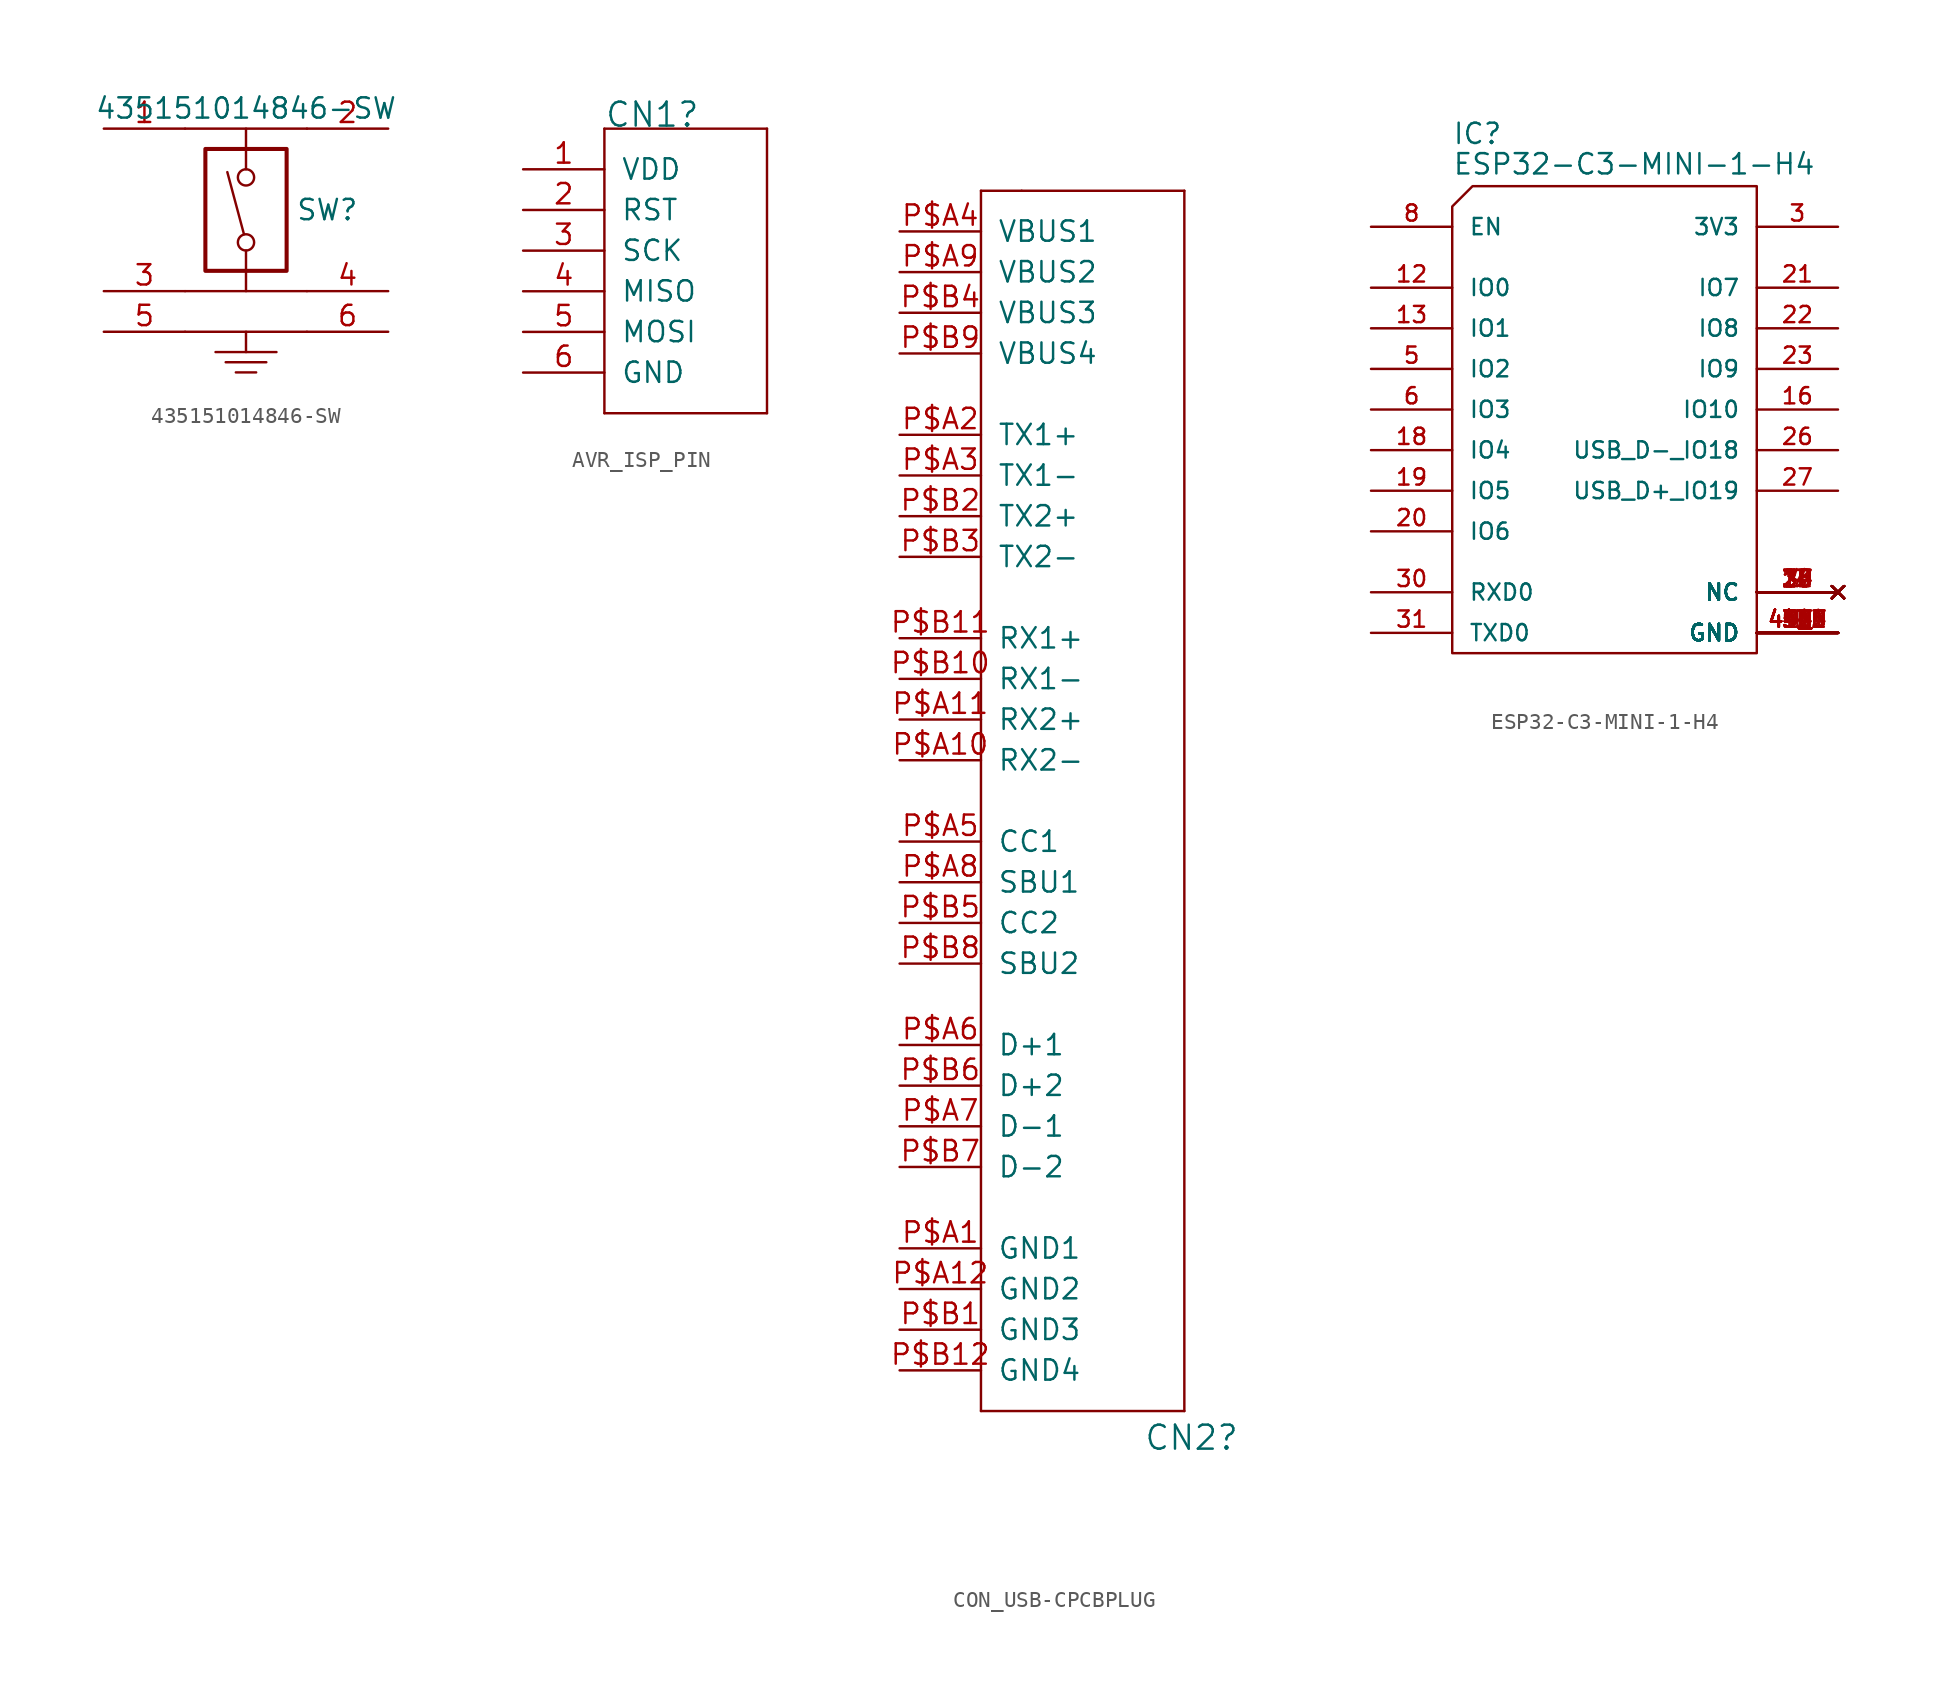
<source format=kicad_sym>
(kicad_symbol_lib
  (version 20211014)
  (generator kicad_symbol_editor)
  (symbol "435151014846-SW"
    (pin_names
      (offset 0) hide)
    (property "Reference" "SW"
      (at 5.08 7.62 0)
      (effects (font (size 1.27 1.27))))
    (property "Value" "435151014846-SW"
      (at 0 13.97 0)
      (effects (font (size 1.27 1.27))))
    (symbol "435151014846-SW_0_0"
      (polyline (pts (xy -0.127 6.096) (xy -1.168 9.982)) (stroke (width 0) (type default) (color 0 0 0 0)) (fill (type none)))
      (circle (center 0 5.588) (radius 0.508) (stroke (width 0) (type default) (color 0 0 0 0)) (fill (type none)))
      (circle (center 0 9.652) (radius 0.508) (stroke (width 0) (type default) (color 0 0 0 0)) (fill (type none))))
    (symbol "435151014846-SW_0_1"
      (rectangle (start -2.54 3.81) (end 2.54 11.43) (stroke (width 0.254) (type default) (color 0 0 0 0)) (fill (type none)))
      (polyline (pts (xy -3.81 0) (xy 3.81 0)) (stroke (width 0) (type default) (color 0 0 0 0)) (fill (type none)))
      (polyline (pts (xy -3.81 2.54) (xy 3.81 2.54)) (stroke (width 0) (type default) (color 0 0 0 0)) (fill (type none)))
      (polyline (pts (xy -3.81 12.7) (xy 3.81 12.7)) (stroke (width 0) (type default) (color 0 0 0 0)) (fill (type none)))
      (polyline (pts (xy -1.905 -1.27) (xy 1.905 -1.27)) (stroke (width 0) (type default) (color 0 0 0 0)) (fill (type none)))
      (polyline (pts (xy -1.27 -1.905) (xy 1.27 -1.905)) (stroke (width 0) (type default) (color 0 0 0 0)) (fill (type none)))
      (polyline (pts (xy -0.635 -2.54) (xy 0.635 -2.54)) (stroke (width 0) (type default) (color 0 0 0 0)) (fill (type none)))
      (polyline (pts (xy 0 0) (xy 0 -1.27)) (stroke (width 0) (type default) (color 0 0 0 0)) (fill (type none)))
      (polyline (pts (xy 0 5.08) (xy 0 2.54)) (stroke (width 0) (type default) (color 0 0 0 0)) (fill (type none)))
      (polyline (pts (xy 0 10.16) (xy 0 12.7)) (stroke (width 0) (type default) (color 0 0 0 0)) (fill (type none))))
    (symbol "435151014846-SW_1_1"
      (pin passive line (at -8.89 12.7 0) (length 5.08) (name "~" (effects (font (size 1.27 1.27)))) (number "1" (effects (font (size 1.27 1.27)))))
      (pin passive line (at 8.89 12.7 180) (length 5.08) (name "~" (effects (font (size 1.27 1.27)))) (number "2" (effects (font (size 1.27 1.27)))))
      (pin passive line (at -8.89 2.54 0) (length 5.08) (name "~" (effects (font (size 1.27 1.27)))) (number "3" (effects (font (size 1.27 1.27)))))
      (pin passive line (at 8.89 2.54 180) (length 5.08) (name "~" (effects (font (size 1.27 1.27)))) (number "4" (effects (font (size 1.27 1.27)))))
      (pin passive line (at -8.89 0 0) (length 5.08) (name "~" (effects (font (size 1.27 1.27)))) (number "5" (effects (font (size 1.27 1.27)))))
      (pin passive line (at 8.89 0 180) (length 5.08) (name "~" (effects (font (size 1.27 1.27)))) (number "6" (effects (font (size 1.27 1.27)))))))
  (symbol "AVR_ISP_PIN"
    (pin_names
      (offset 1.016))
    (property "Reference" "CN1"
      (at -5.08 10.16 0)
      (effects (font (size 1.499 1.499)) (justify left bottom)))
    (property "ki_locked" ""
      (at 0 0 0)
      (effects (font (size 1.27 1.27))))
    (symbol "AVR_ISP_PIN_1_0"
      (polyline (pts (xy -5.08 -7.62) (xy -5.08 10.16)) (stroke (width 0) (type default) (color 0 0 0 0)) (fill (type none)))
      (polyline (pts (xy -5.08 10.16) (xy 5.08 10.16)) (stroke (width 0) (type default) (color 0 0 0 0)) (fill (type none)))
      (polyline (pts (xy 5.08 -7.62) (xy -5.08 -7.62)) (stroke (width 0) (type default) (color 0 0 0 0)) (fill (type none)))
      (polyline (pts (xy 5.08 10.16) (xy 5.08 -7.62)) (stroke (width 0) (type default) (color 0 0 0 0)) (fill (type none)))
      (pin bidirectional line (at -10.16 7.62 0) (length 5.08) (name "VDD" (effects (font (size 1.27 1.27)))) (number "1" (effects (font (size 1.27 1.27)))))
      (pin bidirectional line (at -10.16 5.08 0) (length 5.08) (name "RST" (effects (font (size 1.27 1.27)))) (number "2" (effects (font (size 1.27 1.27)))))
      (pin bidirectional line (at -10.16 2.54 0) (length 5.08) (name "SCK" (effects (font (size 1.27 1.27)))) (number "3" (effects (font (size 1.27 1.27)))))
      (pin bidirectional line (at -10.16 0 0) (length 5.08) (name "MISO" (effects (font (size 1.27 1.27)))) (number "4" (effects (font (size 1.27 1.27)))))
      (pin bidirectional line (at -10.16 -2.54 0) (length 5.08) (name "MOSI" (effects (font (size 1.27 1.27)))) (number "5" (effects (font (size 1.27 1.27)))))
      (pin bidirectional line (at -10.16 -5.08 0) (length 5.08) (name "GND" (effects (font (size 1.27 1.27)))) (number "6" (effects (font (size 1.27 1.27)))))))
  (symbol "CON_USB-CPCBPLUG"
    (pin_names
      (offset 1.016))
    (property "Reference" "CN2"
      (at 5.08 -40.64 0)
      (effects (font (size 1.499 1.499)) (justify left bottom)))
    (property "ki_locked" ""
      (at 0 0 0)
      (effects (font (size 1.27 1.27))))
    (symbol "CON_USB-CPCBPLUG_1_0"
      (polyline (pts (xy -5.08 -38.1) (xy -5.08 38.1)) (stroke (width 0) (type default) (color 0 0 0 0)) (fill (type none)))
      (polyline (pts (xy -5.08 38.1) (xy -2.54 38.1)) (stroke (width 0) (type default) (color 0 0 0 0)) (fill (type none)))
      (polyline (pts (xy -2.54 38.1) (xy 7.62 38.1)) (stroke (width 0) (type default) (color 0 0 0 0)) (fill (type none)))
      (polyline (pts (xy 7.62 -38.1) (xy -5.08 -38.1)) (stroke (width 0) (type default) (color 0 0 0 0)) (fill (type none)))
      (polyline (pts (xy 7.62 38.1) (xy 7.62 -38.1)) (stroke (width 0) (type default) (color 0 0 0 0)) (fill (type none)))
      (pin bidirectional line (at -10.16 -27.94 0) (length 5.08) (name "GND1" (effects (font (size 1.27 1.27)))) (number "P$A1" (effects (font (size 1.27 1.27)))))
      (pin bidirectional line (at -10.16 2.54 0) (length 5.08) (name "RX2-" (effects (font (size 1.27 1.27)))) (number "P$A10" (effects (font (size 1.27 1.27)))))
      (pin bidirectional line (at -10.16 5.08 0) (length 5.08) (name "RX2+" (effects (font (size 1.27 1.27)))) (number "P$A11" (effects (font (size 1.27 1.27)))))
      (pin bidirectional line (at -10.16 -30.48 0) (length 5.08) (name "GND2" (effects (font (size 1.27 1.27)))) (number "P$A12" (effects (font (size 1.27 1.27)))))
      (pin bidirectional line (at -10.16 22.86 0) (length 5.08) (name "TX1+" (effects (font (size 1.27 1.27)))) (number "P$A2" (effects (font (size 1.27 1.27)))))
      (pin bidirectional line (at -10.16 20.32 0) (length 5.08) (name "TX1-" (effects (font (size 1.27 1.27)))) (number "P$A3" (effects (font (size 1.27 1.27)))))
      (pin bidirectional line (at -10.16 35.56 0) (length 5.08) (name "VBUS1" (effects (font (size 1.27 1.27)))) (number "P$A4" (effects (font (size 1.27 1.27)))))
      (pin bidirectional line (at -10.16 -2.54 0) (length 5.08) (name "CC1" (effects (font (size 1.27 1.27)))) (number "P$A5" (effects (font (size 1.27 1.27)))))
      (pin bidirectional line (at -10.16 -15.24 0) (length 5.08) (name "D+1" (effects (font (size 1.27 1.27)))) (number "P$A6" (effects (font (size 1.27 1.27)))))
      (pin bidirectional line (at -10.16 -20.32 0) (length 5.08) (name "D-1" (effects (font (size 1.27 1.27)))) (number "P$A7" (effects (font (size 1.27 1.27)))))
      (pin bidirectional line (at -10.16 -5.08 0) (length 5.08) (name "SBU1" (effects (font (size 1.27 1.27)))) (number "P$A8" (effects (font (size 1.27 1.27)))))
      (pin bidirectional line (at -10.16 33.02 0) (length 5.08) (name "VBUS2" (effects (font (size 1.27 1.27)))) (number "P$A9" (effects (font (size 1.27 1.27)))))
      (pin bidirectional line (at -10.16 -33.02 0) (length 5.08) (name "GND3" (effects (font (size 1.27 1.27)))) (number "P$B1" (effects (font (size 1.27 1.27)))))
      (pin bidirectional line (at -10.16 7.62 0) (length 5.08) (name "RX1-" (effects (font (size 1.27 1.27)))) (number "P$B10" (effects (font (size 1.27 1.27)))))
      (pin bidirectional line (at -10.16 10.16 0) (length 5.08) (name "RX1+" (effects (font (size 1.27 1.27)))) (number "P$B11" (effects (font (size 1.27 1.27)))))
      (pin bidirectional line (at -10.16 -35.56 0) (length 5.08) (name "GND4" (effects (font (size 1.27 1.27)))) (number "P$B12" (effects (font (size 1.27 1.27)))))
      (pin bidirectional line (at -10.16 17.78 0) (length 5.08) (name "TX2+" (effects (font (size 1.27 1.27)))) (number "P$B2" (effects (font (size 1.27 1.27)))))
      (pin bidirectional line (at -10.16 15.24 0) (length 5.08) (name "TX2-" (effects (font (size 1.27 1.27)))) (number "P$B3" (effects (font (size 1.27 1.27)))))
      (pin bidirectional line (at -10.16 30.48 0) (length 5.08) (name "VBUS3" (effects (font (size 1.27 1.27)))) (number "P$B4" (effects (font (size 1.27 1.27)))))
      (pin bidirectional line (at -10.16 -7.62 0) (length 5.08) (name "CC2" (effects (font (size 1.27 1.27)))) (number "P$B5" (effects (font (size 1.27 1.27)))))
      (pin bidirectional line (at -10.16 -17.78 0) (length 5.08) (name "D+2" (effects (font (size 1.27 1.27)))) (number "P$B6" (effects (font (size 1.27 1.27)))))
      (pin bidirectional line (at -10.16 -22.86 0) (length 5.08) (name "D-2" (effects (font (size 1.27 1.27)))) (number "P$B7" (effects (font (size 1.27 1.27)))))
      (pin bidirectional line (at -10.16 -10.16 0) (length 5.08) (name "SBU2" (effects (font (size 1.27 1.27)))) (number "P$B8" (effects (font (size 1.27 1.27)))))
      (pin bidirectional line (at -10.16 27.94 0) (length 5.08) (name "VBUS4" (effects (font (size 1.27 1.27)))) (number "P$B9" (effects (font (size 1.27 1.27)))))))
  (symbol "ESP32-C3-MINI-1-H4"
    (pin_names
      (offset 1.016))
    (property "Reference" "IC"
      (at 0 2.54 0)
      (effects (font (size 1.27 1.27)) (justify left bottom)))
    (property "Value" "ESP32-C3-MINI-1-H4"
      (at 0 0.635 0)
      (effects (font (size 1.27 1.27)) (justify left bottom)))
    (property "Footprint" ""
      (at 12.7 3.175 0)
      (effects (font (size 1.27 1.27)) (justify bottom)))
    (symbol "ESP32-C3-MINI-1-H4_0_0"
      (polyline (pts (xy 1.27 0) (xy 0 -1.27) (xy 0 -29.21) (xy 19.05 -29.21) (xy 19.05 0) (xy 1.27 0)) (stroke (width 0) (type default) (color 0 0 0 0)) (fill (type none)))
      (pin power_in line (at 24.13 -27.94 180) (length 5.08) (name "GND" (effects (font (size 1.016 1.016)))) (number "1" (effects (font (size 1.016 1.016)))))
      (pin no_connect line (at 24.13 -25.4 180) (length 5.08) (name "NC" (effects (font (size 1.016 1.016)))) (number "10" (effects (font (size 1.016 1.016)))))
      (pin power_in line (at 24.13 -27.94 180) (length 5.08) (name "GND" (effects (font (size 1.016 1.016)))) (number "11" (effects (font (size 1.016 1.016)))))
      (pin bidirectional line (at -5.08 -6.35 0) (length 5.08) (name "IO0" (effects (font (size 1.016 1.016)))) (number "12" (effects (font (size 1.016 1.016)))))
      (pin bidirectional line (at -5.08 -8.89 0) (length 5.08) (name "IO1" (effects (font (size 1.016 1.016)))) (number "13" (effects (font (size 1.016 1.016)))))
      (pin power_in line (at 24.13 -27.94 180) (length 5.08) (name "GND" (effects (font (size 1.016 1.016)))) (number "14" (effects (font (size 1.016 1.016)))))
      (pin no_connect line (at 24.13 -25.4 180) (length 5.08) (name "NC" (effects (font (size 1.016 1.016)))) (number "15" (effects (font (size 1.016 1.016)))))
      (pin bidirectional line (at 24.13 -13.97 180) (length 5.08) (name "IO10" (effects (font (size 1.016 1.016)))) (number "16" (effects (font (size 1.016 1.016)))))
      (pin no_connect line (at 24.13 -25.4 180) (length 5.08) (name "NC" (effects (font (size 1.016 1.016)))) (number "17" (effects (font (size 1.016 1.016)))))
      (pin bidirectional line (at -5.08 -16.51 0) (length 5.08) (name "IO4" (effects (font (size 1.016 1.016)))) (number "18" (effects (font (size 1.016 1.016)))))
      (pin bidirectional line (at -5.08 -19.05 0) (length 5.08) (name "IO5" (effects (font (size 1.016 1.016)))) (number "19" (effects (font (size 1.016 1.016)))))
      (pin power_in line (at 24.13 -27.94 180) (length 5.08) (name "GND" (effects (font (size 1.016 1.016)))) (number "2" (effects (font (size 1.016 1.016)))))
      (pin bidirectional line (at -5.08 -21.59 0) (length 5.08) (name "IO6" (effects (font (size 1.016 1.016)))) (number "20" (effects (font (size 1.016 1.016)))))
      (pin bidirectional line (at 24.13 -6.35 180) (length 5.08) (name "IO7" (effects (font (size 1.016 1.016)))) (number "21" (effects (font (size 1.016 1.016)))))
      (pin bidirectional line (at 24.13 -8.89 180) (length 5.08) (name "IO8" (effects (font (size 1.016 1.016)))) (number "22" (effects (font (size 1.016 1.016)))))
      (pin bidirectional line (at 24.13 -11.43 180) (length 5.08) (name "IO9" (effects (font (size 1.016 1.016)))) (number "23" (effects (font (size 1.016 1.016)))))
      (pin no_connect line (at 24.13 -25.4 180) (length 5.08) (name "NC" (effects (font (size 1.016 1.016)))) (number "24" (effects (font (size 1.016 1.016)))))
      (pin no_connect line (at 24.13 -25.4 180) (length 5.08) (name "NC" (effects (font (size 1.016 1.016)))) (number "25" (effects (font (size 1.016 1.016)))))
      (pin bidirectional line (at 24.13 -16.51 180) (length 5.08) (name "USB_D-_IO18" (effects (font (size 1.016 1.016)))) (number "26" (effects (font (size 1.016 1.016)))))
      (pin bidirectional line (at 24.13 -19.05 180) (length 5.08) (name "USB_D+_IO19" (effects (font (size 1.016 1.016)))) (number "27" (effects (font (size 1.016 1.016)))))
      (pin no_connect line (at 24.13 -25.4 180) (length 5.08) (name "NC" (effects (font (size 1.016 1.016)))) (number "28" (effects (font (size 1.016 1.016)))))
      (pin no_connect line (at 24.13 -25.4 180) (length 5.08) (name "NC" (effects (font (size 1.016 1.016)))) (number "29" (effects (font (size 1.016 1.016)))))
      (pin power_in line (at 24.13 -2.54 180) (length 5.08) (name "3V3" (effects (font (size 1.016 1.016)))) (number "3" (effects (font (size 1.016 1.016)))))
      (pin bidirectional line (at -5.08 -25.4 0) (length 5.08) (name "RXD0" (effects (font (size 1.016 1.016)))) (number "30" (effects (font (size 1.016 1.016)))))
      (pin bidirectional line (at -5.08 -27.94 0) (length 5.08) (name "TXD0" (effects (font (size 1.016 1.016)))) (number "31" (effects (font (size 1.016 1.016)))))
      (pin no_connect line (at 24.13 -25.4 180) (length 5.08) (name "NC" (effects (font (size 1.016 1.016)))) (number "32" (effects (font (size 1.016 1.016)))))
      (pin no_connect line (at 24.13 -25.4 180) (length 5.08) (name "NC" (effects (font (size 1.016 1.016)))) (number "33" (effects (font (size 1.016 1.016)))))
      (pin no_connect line (at 24.13 -25.4 180) (length 5.08) (name "NC" (effects (font (size 1.016 1.016)))) (number "34" (effects (font (size 1.016 1.016)))))
      (pin no_connect line (at 24.13 -25.4 180) (length 5.08) (name "NC" (effects (font (size 1.016 1.016)))) (number "35" (effects (font (size 1.016 1.016)))))
      (pin power_in line (at 24.13 -27.94 180) (length 5.08) (name "GND" (effects (font (size 1.016 1.016)))) (number "36" (effects (font (size 1.016 1.016)))))
      (pin power_in line (at 24.13 -27.94 180) (length 5.08) (name "GND" (effects (font (size 1.016 1.016)))) (number "37" (effects (font (size 1.016 1.016)))))
      (pin power_in line (at 24.13 -27.94 180) (length 5.08) (name "GND" (effects (font (size 1.016 1.016)))) (number "38" (effects (font (size 1.016 1.016)))))
      (pin power_in line (at 24.13 -27.94 180) (length 5.08) (name "GND" (effects (font (size 1.016 1.016)))) (number "39" (effects (font (size 1.016 1.016)))))
      (pin no_connect line (at 24.13 -25.4 180) (length 5.08) (name "NC" (effects (font (size 1.016 1.016)))) (number "4" (effects (font (size 1.016 1.016)))))
      (pin power_in line (at 24.13 -27.94 180) (length 5.08) (name "GND" (effects (font (size 1.016 1.016)))) (number "40" (effects (font (size 1.016 1.016)))))
      (pin power_in line (at 24.13 -27.94 180) (length 5.08) (name "GND" (effects (font (size 1.016 1.016)))) (number "41" (effects (font (size 1.016 1.016)))))
      (pin power_in line (at 24.13 -27.94 180) (length 5.08) (name "GND" (effects (font (size 1.016 1.016)))) (number "42" (effects (font (size 1.016 1.016)))))
      (pin power_in line (at 24.13 -27.94 180) (length 5.08) (name "GND" (effects (font (size 1.016 1.016)))) (number "43" (effects (font (size 1.016 1.016)))))
      (pin power_in line (at 24.13 -27.94 180) (length 5.08) (name "GND" (effects (font (size 1.016 1.016)))) (number "44" (effects (font (size 1.016 1.016)))))
      (pin power_in line (at 24.13 -27.94 180) (length 5.08) (name "GND" (effects (font (size 1.016 1.016)))) (number "45" (effects (font (size 1.016 1.016)))))
      (pin power_in line (at 24.13 -27.94 180) (length 5.08) (name "GND" (effects (font (size 1.016 1.016)))) (number "46" (effects (font (size 1.016 1.016)))))
      (pin power_in line (at 24.13 -27.94 180) (length 5.08) (name "GND" (effects (font (size 1.016 1.016)))) (number "47" (effects (font (size 1.016 1.016)))))
      (pin power_in line (at 24.13 -27.94 180) (length 5.08) (name "GND" (effects (font (size 1.016 1.016)))) (number "48" (effects (font (size 1.016 1.016)))))
      (pin power_in line (at 24.13 -27.94 180) (length 5.08) (name "GND" (effects (font (size 1.016 1.016)))) (number "49_1" (effects (font (size 1.016 1.016)))))
      (pin power_in line (at 24.13 -27.94 180) (length 5.08) (name "GND" (effects (font (size 1.016 1.016)))) (number "49_2" (effects (font (size 1.016 1.016)))))
      (pin power_in line (at 24.13 -27.94 180) (length 5.08) (name "GND" (effects (font (size 1.016 1.016)))) (number "49_3" (effects (font (size 1.016 1.016)))))
      (pin power_in line (at 24.13 -27.94 180) (length 5.08) (name "GND" (effects (font (size 1.016 1.016)))) (number "49_4" (effects (font (size 1.016 1.016)))))
      (pin power_in line (at 24.13 -27.94 180) (length 5.08) (name "GND" (effects (font (size 1.016 1.016)))) (number "49_5" (effects (font (size 1.016 1.016)))))
      (pin power_in line (at 24.13 -27.94 180) (length 5.08) (name "GND" (effects (font (size 1.016 1.016)))) (number "49_6" (effects (font (size 1.016 1.016)))))
      (pin power_in line (at 24.13 -27.94 180) (length 5.08) (name "GND" (effects (font (size 1.016 1.016)))) (number "49_7" (effects (font (size 1.016 1.016)))))
      (pin power_in line (at 24.13 -27.94 180) (length 5.08) (name "GND" (effects (font (size 1.016 1.016)))) (number "49_8" (effects (font (size 1.016 1.016)))))
      (pin power_in line (at 24.13 -27.94 180) (length 5.08) (name "GND" (effects (font (size 1.016 1.016)))) (number "49_9" (effects (font (size 1.016 1.016)))))
      (pin bidirectional line (at -5.08 -11.43 0) (length 5.08) (name "IO2" (effects (font (size 1.016 1.016)))) (number "5" (effects (font (size 1.016 1.016)))))
      (pin power_in line (at 24.13 -27.94 180) (length 5.08) (name "GND" (effects (font (size 1.016 1.016)))) (number "50" (effects (font (size 1.016 1.016)))))
      (pin power_in line (at 24.13 -27.94 180) (length 5.08) (name "GND" (effects (font (size 1.016 1.016)))) (number "51" (effects (font (size 1.016 1.016)))))
      (pin power_in line (at 24.13 -27.94 180) (length 5.08) (name "GND" (effects (font (size 1.016 1.016)))) (number "52" (effects (font (size 1.016 1.016)))))
      (pin power_in line (at 24.13 -27.94 180) (length 5.08) (name "GND" (effects (font (size 1.016 1.016)))) (number "53" (effects (font (size 1.016 1.016)))))
      (pin bidirectional line (at -5.08 -13.97 0) (length 5.08) (name "IO3" (effects (font (size 1.016 1.016)))) (number "6" (effects (font (size 1.016 1.016)))))
      (pin no_connect line (at 24.13 -25.4 180) (length 5.08) (name "NC" (effects (font (size 1.016 1.016)))) (number "7" (effects (font (size 1.016 1.016)))))
      (pin input line (at -5.08 -2.54 0) (length 5.08) (name "EN" (effects (font (size 1.016 1.016)))) (number "8" (effects (font (size 1.016 1.016)))))
      (pin no_connect line (at 24.13 -25.4 180) (length 5.08) (name "NC" (effects (font (size 1.016 1.016)))) (number "9" (effects (font (size 1.016 1.016))))))))
</source>
